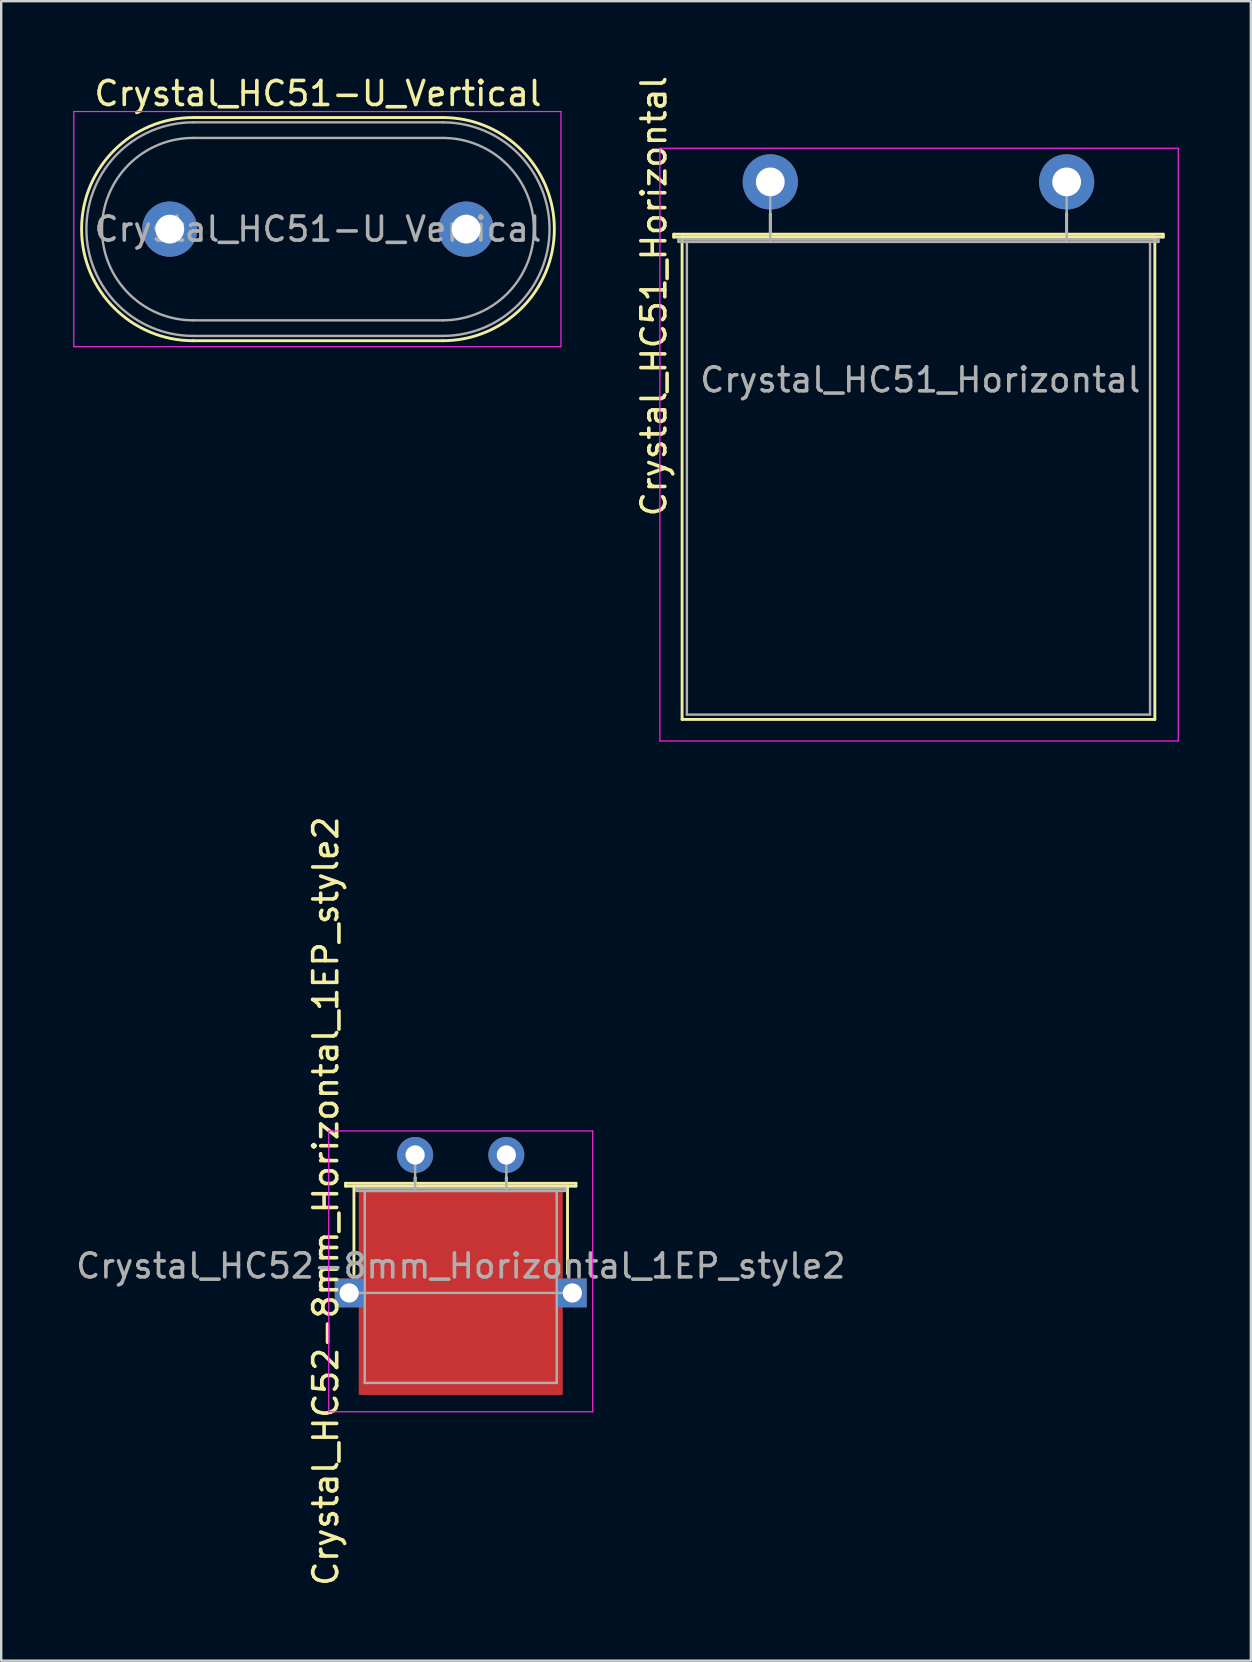
<source format=kicad_pcb>
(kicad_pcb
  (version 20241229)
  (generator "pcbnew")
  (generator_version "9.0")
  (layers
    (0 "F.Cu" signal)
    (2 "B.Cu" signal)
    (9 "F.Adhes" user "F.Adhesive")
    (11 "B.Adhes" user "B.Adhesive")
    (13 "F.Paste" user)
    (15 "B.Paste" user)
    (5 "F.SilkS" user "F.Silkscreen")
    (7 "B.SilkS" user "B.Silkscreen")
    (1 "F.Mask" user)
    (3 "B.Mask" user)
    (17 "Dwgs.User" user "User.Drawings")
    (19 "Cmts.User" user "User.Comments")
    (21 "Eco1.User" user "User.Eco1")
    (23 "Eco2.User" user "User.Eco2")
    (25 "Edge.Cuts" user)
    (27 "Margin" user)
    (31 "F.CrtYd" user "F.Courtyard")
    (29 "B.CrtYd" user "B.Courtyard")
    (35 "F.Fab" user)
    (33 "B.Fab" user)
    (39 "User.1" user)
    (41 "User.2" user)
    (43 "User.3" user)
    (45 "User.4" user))
  (footprint "Crystal_HC51-U_Vertical"
    (layer "F.Cu")
    (at 4.025 6.498)
    (property "Reference" "Crystal_HC51-U_Vertical" (at 6.175 -5.65 0) (layer "F.SilkS") (effects (font (size 1 1) (thickness 0.15))))
    (attr through_hole)
    (fp_line (start 0.975 -4.65) (end 11.375 -4.65) (stroke (width 0.12) (type solid)) (layer "F.SilkS"))
    (fp_line (start 0.975 4.65) (end 11.375 4.65) (stroke (width 0.12) (type solid)) (layer "F.SilkS"))
    (fp_arc (start 0.975 4.65) (mid -3.675 0) (end 0.975 -4.65) (stroke (width 0.12) (type solid)) (layer "F.SilkS"))
    (fp_arc (start 11.375 -4.65) (mid 16.025 0) (end 11.375 4.65) (stroke (width 0.12) (type solid)) (layer "F.SilkS"))
    (fp_line (start -4 -4.9) (end -4 4.9) (stroke (width 0.05) (type solid)) (layer "F.CrtYd"))
    (fp_line (start -4 4.9) (end 16.3 4.9) (stroke (width 0.05) (type solid)) (layer "F.CrtYd"))
    (fp_line (start 16.3 -4.9) (end -4 -4.9) (stroke (width 0.05) (type solid)) (layer "F.CrtYd"))
    (fp_line (start 16.3 4.9) (end 16.3 -4.9) (stroke (width 0.05) (type solid)) (layer "F.CrtYd"))
    (fp_line (start 0.975 -4.45) (end 11.375 -4.45) (stroke (width 0.1) (type solid)) (layer "F.Fab"))
    (fp_line (start 0.975 -3.8) (end 11.375 -3.8) (stroke (width 0.1) (type solid)) (layer "F.Fab"))
    (fp_line (start 0.975 3.8) (end 11.375 3.8) (stroke (width 0.1) (type solid)) (layer "F.Fab"))
    (fp_line (start 0.975 4.45) (end 11.375 4.45) (stroke (width 0.1) (type solid)) (layer "F.Fab"))
    (fp_arc (start 0.975 3.8) (mid -2.825 0) (end 0.975 -3.8) (stroke (width 0.1) (type solid)) (layer "F.Fab"))
    (fp_arc (start 0.975 4.45) (mid -3.475 0) (end 0.975 -4.45) (stroke (width 0.1) (type solid)) (layer "F.Fab"))
    (fp_arc (start 11.375 -4.45) (mid 15.825 0) (end 11.375 4.45) (stroke (width 0.1) (type solid)) (layer "F.Fab"))
    (fp_arc (start 11.375 -3.8) (mid 15.175 0) (end 11.375 3.8) (stroke (width 0.1) (type solid)) (layer "F.Fab"))
    (fp_text user "${REFERENCE}" (at 6.175 0 0) (layer "F.Fab") (effects (font (size 1 1) (thickness 0.15))))
    (pad "1" thru_hole circle (at 0 0) (size 2.3 2.3) (drill 1.2) (layers "*.Cu" "*.Mask"))
    (pad "2" thru_hole circle (at 12.35 0) (size 2.3 2.3) (drill 1.2) (layers "*.Cu" "*.Mask")))
  (footprint "Crystal_HC52-8mm_Horizontal_1EP_style2"
    (layer "F.Cu")
    (at 14.249 45.078)
    (property "Reference" "Crystal_HC52-8mm_Horizontal_1EP_style2" (at -3.725 1.925 90) (layer "F.SilkS") (effects (font (size 1 1) (thickness 0.15))))
    (attr through_hole)
    (fp_line (start -2.9 1.18) (end 6.7 1.18) (stroke (width 0.12) (type solid)) (layer "F.SilkS"))
    (fp_line (start -2.9 1.3) (end -2.9 1.18) (stroke (width 0.12) (type solid)) (layer "F.SilkS"))
    (fp_line (start -2.55 1.3) (end 6.35 1.3) (stroke (width 0.12) (type solid)) (layer "F.SilkS"))
    (fp_line (start -2.55 4.95) (end -2.55 1.3) (stroke (width 0.12) (type solid)) (layer "F.SilkS"))
    (fp_line (start 0 0.95) (end 0 0.95) (stroke (width 0.12) (type solid)) (layer "F.SilkS"))
    (fp_line (start 0 1.3) (end 0 0.95) (stroke (width 0.12) (type solid)) (layer "F.SilkS"))
    (fp_line (start 3.8 0.95) (end 3.8 0.95) (stroke (width 0.12) (type solid)) (layer "F.SilkS"))
    (fp_line (start 3.8 1.3) (end 3.8 0.95) (stroke (width 0.12) (type solid)) (layer "F.SilkS"))
    (fp_line (start 6.35 1.3) (end 6.35 4.95) (stroke (width 0.12) (type solid)) (layer "F.SilkS"))
    (fp_line (start 6.7 1.18) (end 6.7 1.3) (stroke (width 0.12) (type solid)) (layer "F.SilkS"))
    (fp_line (start 6.7 1.3) (end -2.9 1.3) (stroke (width 0.12) (type solid)) (layer "F.SilkS"))
    (fp_line (start -3.6 -1) (end -3.6 10.7) (stroke (width 0.05) (type solid)) (layer "F.CrtYd"))
    (fp_line (start -3.6 10.7) (end 7.4 10.7) (stroke (width 0.05) (type solid)) (layer "F.CrtYd"))
    (fp_line (start 7.4 -1) (end -3.6 -1) (stroke (width 0.05) (type solid)) (layer "F.CrtYd"))
    (fp_line (start 7.4 10.7) (end 7.4 -1) (stroke (width 0.05) (type solid)) (layer "F.CrtYd"))
    (fp_line (start -2.75 5.75) (end 6.55 5.75) (stroke (width 0.1) (type solid)) (layer "F.Fab"))
    (fp_line (start -2.45 1.4) (end 6.25 1.4) (stroke (width 0.1) (type solid)) (layer "F.Fab"))
    (fp_line (start -2.45 1.5) (end -2.45 1.4) (stroke (width 0.1) (type solid)) (layer "F.Fab"))
    (fp_line (start -2.1 1.5) (end -2.1 9.5) (stroke (width 0.1) (type solid)) (layer "F.Fab"))
    (fp_line (start -2.1 9.5) (end 5.9 9.5) (stroke (width 0.1) (type solid)) (layer "F.Fab"))
    (fp_line (start 0 0.75) (end 0 0) (stroke (width 0.1) (type solid)) (layer "F.Fab"))
    (fp_line (start 0 1.5) (end 0 0.75) (stroke (width 0.1) (type solid)) (layer "F.Fab"))
    (fp_line (start 3.8 0.75) (end 3.8 0) (stroke (width 0.1) (type solid)) (layer "F.Fab"))
    (fp_line (start 3.8 1.5) (end 3.8 0.75) (stroke (width 0.1) (type solid)) (layer "F.Fab"))
    (fp_line (start 5.9 1.5) (end -2.1 1.5) (stroke (width 0.1) (type solid)) (layer "F.Fab"))
    (fp_line (start 5.9 9.5) (end 5.9 1.5) (stroke (width 0.1) (type solid)) (layer "F.Fab"))
    (fp_line (start 6.25 1.4) (end 6.25 1.5) (stroke (width 0.1) (type solid)) (layer "F.Fab"))
    (fp_line (start 6.25 1.5) (end -2.45 1.5) (stroke (width 0.1) (type solid)) (layer "F.Fab"))
    (fp_text user "${REFERENCE}" (at 1.9 4.625 0) (layer "F.Fab") (effects (font (size 1 1) (thickness 0.15))))
    (pad "1" thru_hole circle (at 0 0) (size 1.5 1.5) (drill 0.8) (layers "*.Cu" "*.Mask"))
    (pad "2" thru_hole circle (at 3.8 0) (size 1.5 1.5) (drill 0.8) (layers "*.Cu" "*.Mask"))
    (pad "3" thru_hole rect (at -2.75 5.75) (size 1.2 1.2) (drill 0.8) (layers "*.Cu" "*.Mask"))
    (pad "3" smd rect (at 1.9 5.75) (size 8.5 8.5) (layers "F.Cu" "F.Mask" "F.Paste"))
    (pad "3" thru_hole rect (at 6.55 5.75) (size 1.2 1.2) (drill 0.8) (layers "*.Cu" "*.Mask")))
  (footprint "Crystal_HC51_Horizontal"
    (layer "F.Cu")
    (at 29.048 4.529)
    (property "Reference" "Crystal_HC51_Horizontal" (at -4.85 4.763 90) (layer "F.SilkS") (effects (font (size 1 1) (thickness 0.15))))
    (attr through_hole)
    (fp_line (start -4.025 2.18) (end 16.375 2.18) (stroke (width 0.12) (type solid)) (layer "F.SilkS"))
    (fp_line (start -4.025 2.3) (end -4.025 2.18) (stroke (width 0.12) (type solid)) (layer "F.SilkS"))
    (fp_line (start -3.675 2.3) (end -3.675 22.4) (stroke (width 0.12) (type solid)) (layer "F.SilkS"))
    (fp_line (start -3.675 22.4) (end 16.025 22.4) (stroke (width 0.12) (type solid)) (layer "F.SilkS"))
    (fp_line (start 0 1.35) (end 0 1.35) (stroke (width 0.12) (type solid)) (layer "F.SilkS"))
    (fp_line (start 0 2.3) (end 0 1.35) (stroke (width 0.12) (type solid)) (layer "F.SilkS"))
    (fp_line (start 12.35 1.35) (end 12.35 1.35) (stroke (width 0.12) (type solid)) (layer "F.SilkS"))
    (fp_line (start 12.35 2.3) (end 12.35 1.35) (stroke (width 0.12) (type solid)) (layer "F.SilkS"))
    (fp_line (start 16.025 2.3) (end -3.675 2.3) (stroke (width 0.12) (type solid)) (layer "F.SilkS"))
    (fp_line (start 16.025 22.4) (end 16.025 2.3) (stroke (width 0.12) (type solid)) (layer "F.SilkS"))
    (fp_line (start 16.375 2.18) (end 16.375 2.3) (stroke (width 0.12) (type solid)) (layer "F.SilkS"))
    (fp_line (start 16.375 2.3) (end -4.025 2.3) (stroke (width 0.12) (type solid)) (layer "F.SilkS"))
    (fp_line (start -4.6 -1.4) (end -4.6 23.3) (stroke (width 0.05) (type solid)) (layer "F.CrtYd"))
    (fp_line (start -4.6 23.3) (end 17 23.3) (stroke (width 0.05) (type solid)) (layer "F.CrtYd"))
    (fp_line (start 17 -1.4) (end -4.6 -1.4) (stroke (width 0.05) (type solid)) (layer "F.CrtYd"))
    (fp_line (start 17 23.3) (end 17 -1.4) (stroke (width 0.05) (type solid)) (layer "F.CrtYd"))
    (fp_line (start -3.825 2.4) (end 16.175 2.4) (stroke (width 0.1) (type solid)) (layer "F.Fab"))
    (fp_line (start -3.825 2.5) (end -3.825 2.4) (stroke (width 0.1) (type solid)) (layer "F.Fab"))
    (fp_line (start -3.475 2.5) (end -3.475 22.2) (stroke (width 0.1) (type solid)) (layer "F.Fab"))
    (fp_line (start -3.475 22.2) (end 15.825 22.2) (stroke (width 0.1) (type solid)) (layer "F.Fab"))
    (fp_line (start 0 1.25) (end 0 0) (stroke (width 0.1) (type solid)) (layer "F.Fab"))
    (fp_line (start 0 2.5) (end 0 1.25) (stroke (width 0.1) (type solid)) (layer "F.Fab"))
    (fp_line (start 12.35 1.25) (end 12.35 0) (stroke (width 0.1) (type solid)) (layer "F.Fab"))
    (fp_line (start 12.35 2.5) (end 12.35 1.25) (stroke (width 0.1) (type solid)) (layer "F.Fab"))
    (fp_line (start 15.825 2.5) (end -3.475 2.5) (stroke (width 0.1) (type solid)) (layer "F.Fab"))
    (fp_line (start 15.825 22.2) (end 15.825 2.5) (stroke (width 0.1) (type solid)) (layer "F.Fab"))
    (fp_line (start 16.175 2.4) (end 16.175 2.5) (stroke (width 0.1) (type solid)) (layer "F.Fab"))
    (fp_line (start 16.175 2.5) (end -3.825 2.5) (stroke (width 0.1) (type solid)) (layer "F.Fab"))
    (fp_text user "${REFERENCE}" (at 6.25 8.25 0) (layer "F.Fab") (effects (font (size 1 1) (thickness 0.15))))
    (pad "1" thru_hole circle (at 0 0) (size 2.3 2.3) (drill 1.2) (layers "*.Cu" "*.Mask"))
    (pad "2" thru_hole circle (at 12.35 0) (size 2.3 2.3) (drill 1.2) (layers "*.Cu" "*.Mask")))
  (gr_rect
    (start -3 -3)
    (end 49.073 66.152)
    (stroke (width 0.1) (type default))
    (fill no)
    (layer "Edge.Cuts")))
</source>
